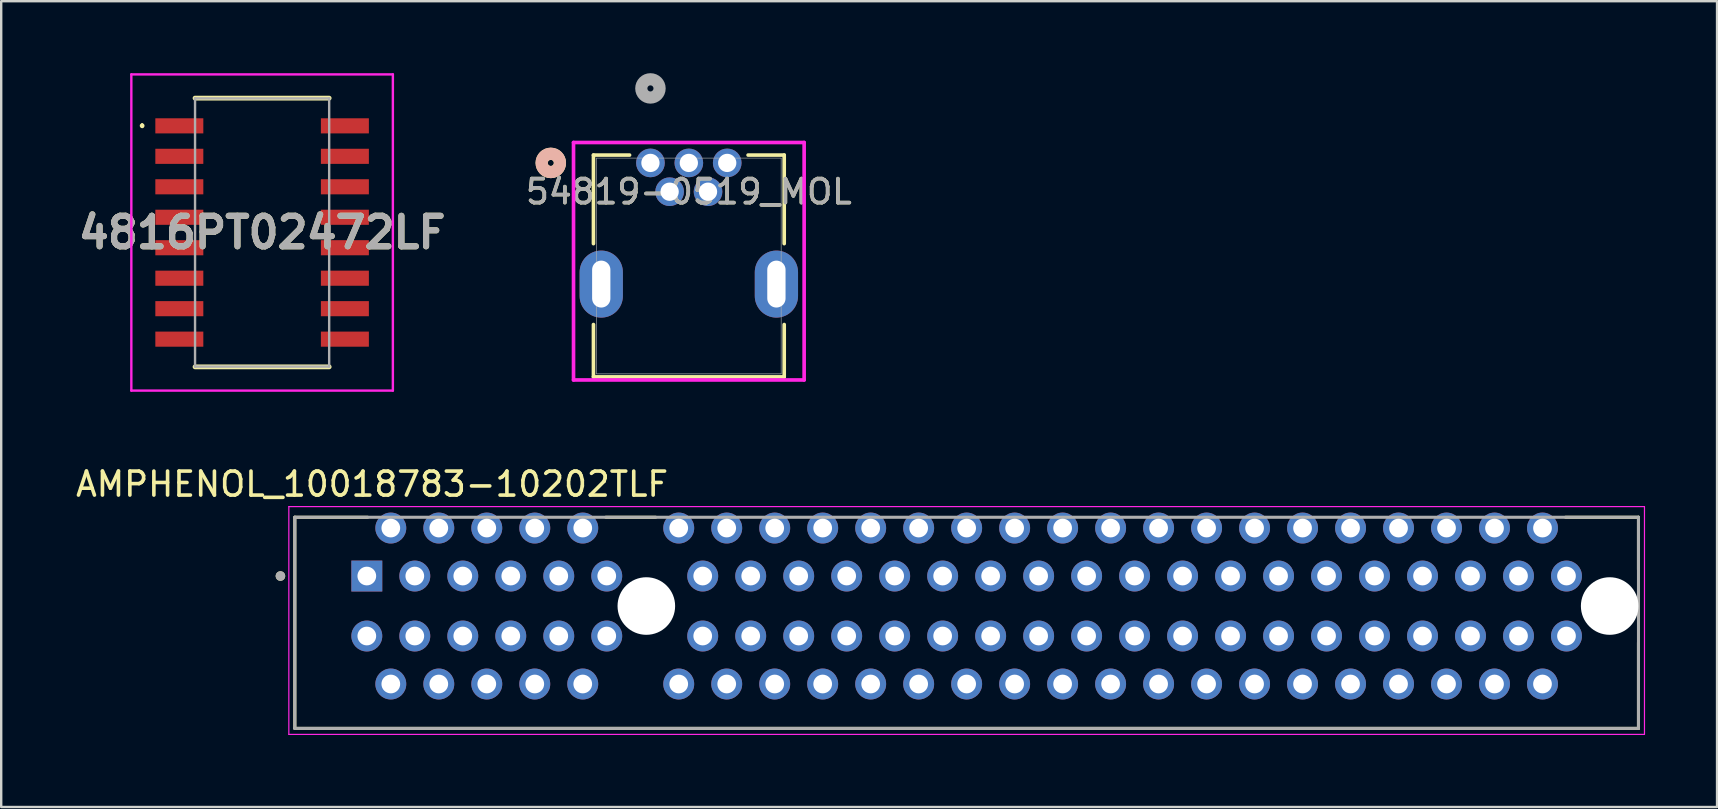
<source format=kicad_pcb>
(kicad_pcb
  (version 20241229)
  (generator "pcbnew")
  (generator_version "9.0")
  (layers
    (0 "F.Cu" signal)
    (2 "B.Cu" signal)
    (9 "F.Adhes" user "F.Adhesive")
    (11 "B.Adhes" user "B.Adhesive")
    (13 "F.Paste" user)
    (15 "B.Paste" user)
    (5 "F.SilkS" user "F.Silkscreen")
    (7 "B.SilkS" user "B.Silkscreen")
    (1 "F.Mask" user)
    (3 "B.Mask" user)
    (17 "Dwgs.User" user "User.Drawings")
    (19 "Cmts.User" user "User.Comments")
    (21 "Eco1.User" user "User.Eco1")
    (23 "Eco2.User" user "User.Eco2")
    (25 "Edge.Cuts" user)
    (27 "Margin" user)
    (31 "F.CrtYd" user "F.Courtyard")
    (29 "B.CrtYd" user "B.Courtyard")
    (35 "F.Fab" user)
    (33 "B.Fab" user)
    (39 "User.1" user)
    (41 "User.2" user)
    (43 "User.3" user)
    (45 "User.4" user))
  (footprint "4816PT02472LF"
    (layer "F.Cu")
    (at 7.874 6.64)
    (property "Reference" "4816PT02472LF" (at 0 0 0) (layer "F.SilkS") (effects (font (size 1.27 1.27) (thickness 0.254))))
    (attr smd)
    (fp_line (start -5 -4.5) (end -5 -4.5) (stroke (width 0.1) (type solid)) (layer "F.SilkS"))
    (fp_line (start -5 -4.4) (end -5 -4.4) (stroke (width 0.1) (type solid)) (layer "F.SilkS"))
    (fp_line (start -2.795 -5.6) (end 2.795 -5.6) (stroke (width 0.2) (type solid)) (layer "F.SilkS"))
    (fp_line (start -2.795 5.6) (end 2.795 5.6) (stroke (width 0.2) (type solid)) (layer "F.SilkS"))
    (fp_arc (start -5 -4.5) (mid -4.95 -4.45) (end -5 -4.4) (stroke (width 0.1) (type solid)) (layer "F.SilkS"))
    (fp_arc (start -5 -4.4) (mid -5.05 -4.45) (end -5 -4.5) (stroke (width 0.1) (type solid)) (layer "F.SilkS"))
    (fp_line (start -5.45 -6.59) (end 5.45 -6.59) (stroke (width 0.1) (type solid)) (layer "F.CrtYd"))
    (fp_line (start -5.45 6.59) (end -5.45 -6.59) (stroke (width 0.1) (type solid)) (layer "F.CrtYd"))
    (fp_line (start 5.45 -6.59) (end 5.45 6.59) (stroke (width 0.1) (type solid)) (layer "F.CrtYd"))
    (fp_line (start 5.45 6.59) (end -5.45 6.59) (stroke (width 0.1) (type solid)) (layer "F.CrtYd"))
    (fp_line (start -2.795 -5.59) (end 2.795 -5.59) (stroke (width 0.1) (type solid)) (layer "F.Fab"))
    (fp_line (start -2.795 5.59) (end -2.795 -5.59) (stroke (width 0.1) (type solid)) (layer "F.Fab"))
    (fp_line (start 2.795 -5.59) (end 2.795 5.59) (stroke (width 0.1) (type solid)) (layer "F.Fab"))
    (fp_line (start 2.795 5.59) (end -2.795 5.59) (stroke (width 0.1) (type solid)) (layer "F.Fab"))
    (fp_text user "${REFERENCE}" (at 0 0 0) (layer "F.Fab") (effects (font (size 1.27 1.27) (thickness 0.254))))
    (pad "1" smd rect (at -3.45 -4.445 90) (size 0.63 2) (layers "F.Cu" "F.Mask" "F.Paste"))
    (pad "2" smd rect (at -3.45 -3.175 90) (size 0.63 2) (layers "F.Cu" "F.Mask" "F.Paste"))
    (pad "3" smd rect (at -3.45 -1.905 90) (size 0.63 2) (layers "F.Cu" "F.Mask" "F.Paste"))
    (pad "4" smd rect (at -3.45 -0.635 90) (size 0.63 2) (layers "F.Cu" "F.Mask" "F.Paste"))
    (pad "5" smd rect (at -3.45 0.635 90) (size 0.63 2) (layers "F.Cu" "F.Mask" "F.Paste"))
    (pad "6" smd rect (at -3.45 1.905 90) (size 0.63 2) (layers "F.Cu" "F.Mask" "F.Paste"))
    (pad "7" smd rect (at -3.45 3.175 90) (size 0.63 2) (layers "F.Cu" "F.Mask" "F.Paste"))
    (pad "8" smd rect (at -3.45 4.445 90) (size 0.63 2) (layers "F.Cu" "F.Mask" "F.Paste"))
    (pad "9" smd rect (at 3.45 4.445 90) (size 0.63 2) (layers "F.Cu" "F.Mask" "F.Paste"))
    (pad "10" smd rect (at 3.45 3.175 90) (size 0.63 2) (layers "F.Cu" "F.Mask" "F.Paste"))
    (pad "11" smd rect (at 3.45 1.905 90) (size 0.63 2) (layers "F.Cu" "F.Mask" "F.Paste"))
    (pad "12" smd rect (at 3.45 0.635 90) (size 0.63 2) (layers "F.Cu" "F.Mask" "F.Paste"))
    (pad "13" smd rect (at 3.45 -0.635 90) (size 0.63 2) (layers "F.Cu" "F.Mask" "F.Paste"))
    (pad "14" smd rect (at 3.45 -1.905 90) (size 0.63 2) (layers "F.Cu" "F.Mask" "F.Paste"))
    (pad "15" smd rect (at 3.45 -3.175 90) (size 0.63 2) (layers "F.Cu" "F.Mask" "F.Paste"))
    (pad "16" smd rect (at 3.45 -4.445 90) (size 0.63 2) (layers "F.Cu" "F.Mask" "F.Paste")))
  (footprint "AMPHENOL_10018783-10202TLF"
    (layer "F.Cu")
    (at 23.888 22.208)
    (property "Reference" "AMPHENOL_10018783-10202TLF" (at -11.43 -5.08 0) (layer "F.SilkS") (effects (font (size 1 1) (thickness 0.15))))
    (attr through_hole)
    (fp_line (start -14.65 -3.7) (end -11.614 -3.7) (stroke (width 0.127) (type solid)) (layer "F.SilkS"))
    (fp_line (start -14.65 5.1) (end -14.65 -3.7) (stroke (width 0.127) (type solid)) (layer "F.SilkS"))
    (fp_line (start -1.69 -3.7) (end 0.39 -3.7) (stroke (width 0.127) (type solid)) (layer "F.SilkS"))
    (fp_line (start 38.31 -3.7) (end 41.35 -3.7) (stroke (width 0.127) (type solid)) (layer "F.SilkS"))
    (fp_line (start 41.35 -3.7) (end 41.35 -1.52) (stroke (width 0.127) (type solid)) (layer "F.SilkS"))
    (fp_line (start 41.35 5.1) (end -14.65 5.1) (stroke (width 0.127) (type solid)) (layer "F.SilkS"))
    (fp_line (start 41.35 5.1) (end 41.35 1.52) (stroke (width 0.127) (type solid)) (layer "F.SilkS"))
    (fp_circle (center -15.25 -1.25) (end -15.15 -1.25) (stroke (width 0.2) (type solid)) (fill no) (layer "F.SilkS"))
    (fp_line (start -14.9 -4.144) (end -14.9 5.35) (stroke (width 0.05) (type solid)) (layer "F.CrtYd"))
    (fp_line (start -14.9 5.35) (end 41.6 5.35) (stroke (width 0.05) (type solid)) (layer "F.CrtYd"))
    (fp_line (start 41.6 -4.144) (end -14.9 -4.144) (stroke (width 0.05) (type solid)) (layer "F.CrtYd"))
    (fp_line (start 41.6 5.35) (end 41.6 -4.144) (stroke (width 0.05) (type solid)) (layer "F.CrtYd"))
    (fp_line (start -14.65 -3.7) (end 41.35 -3.7) (stroke (width 0.127) (type solid)) (layer "F.Fab"))
    (fp_line (start -14.65 5.1) (end -14.65 -3.7) (stroke (width 0.127) (type solid)) (layer "F.Fab"))
    (fp_line (start 41.35 -3.7) (end 41.35 5.1) (stroke (width 0.127) (type solid)) (layer "F.Fab"))
    (fp_line (start 41.35 5.1) (end -14.65 5.1) (stroke (width 0.127) (type solid)) (layer "F.Fab"))
    (fp_circle (center -15.25 -1.25) (end -15.15 -1.25) (stroke (width 0.2) (type solid)) (fill no) (layer "F.Fab"))
    (pad "" np_thru_hole circle (at 0 0) (size 2.4 2.4) (drill 2.4) (layers "*.Cu" "*.Mask"))
    (pad "" np_thru_hole circle (at 40.15 0) (size 2.4 2.4) (drill 2.4) (layers "*.Cu" "*.Mask"))
    (pad "A1" thru_hole rect (at -11.65 -1.25) (size 1.288 1.288) (drill 0.78) (layers "*.Cu" "*.Mask"))
    (pad "A2" thru_hole circle (at -10.65 -3.25) (size 1.288 1.288) (drill 0.78) (layers "*.Cu" "*.Mask"))
    (pad "A3" thru_hole circle (at -9.65 -1.25) (size 1.288 1.288) (drill 0.78) (layers "*.Cu" "*.Mask"))
    (pad "A4" thru_hole circle (at -8.65 -3.25) (size 1.288 1.288) (drill 0.78) (layers "*.Cu" "*.Mask"))
    (pad "A5" thru_hole circle (at -7.65 -1.25) (size 1.288 1.288) (drill 0.78) (layers "*.Cu" "*.Mask"))
    (pad "A6" thru_hole circle (at -6.65 -3.25) (size 1.288 1.288) (drill 0.78) (layers "*.Cu" "*.Mask"))
    (pad "A7" thru_hole circle (at -5.65 -1.25) (size 1.288 1.288) (drill 0.78) (layers "*.Cu" "*.Mask"))
    (pad "A8" thru_hole circle (at -4.65 -3.25) (size 1.288 1.288) (drill 0.78) (layers "*.Cu" "*.Mask"))
    (pad "A9" thru_hole circle (at -3.65 -1.25) (size 1.288 1.288) (drill 0.78) (layers "*.Cu" "*.Mask"))
    (pad "A10" thru_hole circle (at -2.65 -3.25) (size 1.288 1.288) (drill 0.78) (layers "*.Cu" "*.Mask"))
    (pad "A11" thru_hole circle (at -1.65 -1.25) (size 1.288 1.288) (drill 0.78) (layers "*.Cu" "*.Mask"))
    (pad "A12" thru_hole circle (at 1.35 -3.25) (size 1.288 1.288) (drill 0.78) (layers "*.Cu" "*.Mask"))
    (pad "A13" thru_hole circle (at 2.35 -1.25) (size 1.288 1.288) (drill 0.78) (layers "*.Cu" "*.Mask"))
    (pad "A14" thru_hole circle (at 3.35 -3.25) (size 1.288 1.288) (drill 0.78) (layers "*.Cu" "*.Mask"))
    (pad "A15" thru_hole circle (at 4.35 -1.25) (size 1.288 1.288) (drill 0.78) (layers "*.Cu" "*.Mask"))
    (pad "A16" thru_hole circle (at 5.35 -3.25) (size 1.288 1.288) (drill 0.78) (layers "*.Cu" "*.Mask"))
    (pad "A17" thru_hole circle (at 6.35 -1.25) (size 1.288 1.288) (drill 0.78) (layers "*.Cu" "*.Mask"))
    (pad "A18" thru_hole circle (at 7.35 -3.25) (size 1.288 1.288) (drill 0.78) (layers "*.Cu" "*.Mask"))
    (pad "A19" thru_hole circle (at 8.35 -1.25) (size 1.288 1.288) (drill 0.78) (layers "*.Cu" "*.Mask"))
    (pad "A20" thru_hole circle (at 9.35 -3.25) (size 1.288 1.288) (drill 0.78) (layers "*.Cu" "*.Mask"))
    (pad "A21" thru_hole circle (at 10.35 -1.25) (size 1.288 1.288) (drill 0.78) (layers "*.Cu" "*.Mask"))
    (pad "A22" thru_hole circle (at 11.35 -3.25) (size 1.288 1.288) (drill 0.78) (layers "*.Cu" "*.Mask"))
    (pad "A23" thru_hole circle (at 12.35 -1.25) (size 1.288 1.288) (drill 0.78) (layers "*.Cu" "*.Mask"))
    (pad "A24" thru_hole circle (at 13.35 -3.25) (size 1.288 1.288) (drill 0.78) (layers "*.Cu" "*.Mask"))
    (pad "A25" thru_hole circle (at 14.35 -1.25) (size 1.288 1.288) (drill 0.78) (layers "*.Cu" "*.Mask"))
    (pad "A26" thru_hole circle (at 15.35 -3.25) (size 1.288 1.288) (drill 0.78) (layers "*.Cu" "*.Mask"))
    (pad "A27" thru_hole circle (at 16.35 -1.25) (size 1.288 1.288) (drill 0.78) (layers "*.Cu" "*.Mask"))
    (pad "A28" thru_hole circle (at 17.35 -3.25) (size 1.288 1.288) (drill 0.78) (layers "*.Cu" "*.Mask"))
    (pad "A29" thru_hole circle (at 18.35 -1.25) (size 1.288 1.288) (drill 0.78) (layers "*.Cu" "*.Mask"))
    (pad "A30" thru_hole circle (at 19.35 -3.25) (size 1.288 1.288) (drill 0.78) (layers "*.Cu" "*.Mask"))
    (pad "A31" thru_hole circle (at 20.35 -1.25) (size 1.288 1.288) (drill 0.78) (layers "*.Cu" "*.Mask"))
    (pad "A32" thru_hole circle (at 21.35 -3.25) (size 1.288 1.288) (drill 0.78) (layers "*.Cu" "*.Mask"))
    (pad "A33" thru_hole circle (at 22.35 -1.25) (size 1.288 1.288) (drill 0.78) (layers "*.Cu" "*.Mask"))
    (pad "A34" thru_hole circle (at 23.35 -3.25) (size 1.288 1.288) (drill 0.78) (layers "*.Cu" "*.Mask"))
    (pad "A35" thru_hole circle (at 24.35 -1.25) (size 1.288 1.288) (drill 0.78) (layers "*.Cu" "*.Mask"))
    (pad "A36" thru_hole circle (at 25.35 -3.25) (size 1.288 1.288) (drill 0.78) (layers "*.Cu" "*.Mask"))
    (pad "A37" thru_hole circle (at 26.35 -1.25) (size 1.288 1.288) (drill 0.78) (layers "*.Cu" "*.Mask"))
    (pad "A38" thru_hole circle (at 27.35 -3.25) (size 1.288 1.288) (drill 0.78) (layers "*.Cu" "*.Mask"))
    (pad "A39" thru_hole circle (at 28.35 -1.25) (size 1.288 1.288) (drill 0.78) (layers "*.Cu" "*.Mask"))
    (pad "A40" thru_hole circle (at 29.35 -3.25) (size 1.288 1.288) (drill 0.78) (layers "*.Cu" "*.Mask"))
    (pad "A41" thru_hole circle (at 30.35 -1.25) (size 1.288 1.288) (drill 0.78) (layers "*.Cu" "*.Mask"))
    (pad "A42" thru_hole circle (at 31.35 -3.25) (size 1.288 1.288) (drill 0.78) (layers "*.Cu" "*.Mask"))
    (pad "A43" thru_hole circle (at 32.35 -1.25) (size 1.288 1.288) (drill 0.78) (layers "*.Cu" "*.Mask"))
    (pad "A44" thru_hole circle (at 33.35 -3.25) (size 1.288 1.288) (drill 0.78) (layers "*.Cu" "*.Mask"))
    (pad "A45" thru_hole circle (at 34.35 -1.25) (size 1.288 1.288) (drill 0.78) (layers "*.Cu" "*.Mask"))
    (pad "A46" thru_hole circle (at 35.35 -3.25) (size 1.288 1.288) (drill 0.78) (layers "*.Cu" "*.Mask"))
    (pad "A47" thru_hole circle (at 36.35 -1.25) (size 1.288 1.288) (drill 0.78) (layers "*.Cu" "*.Mask"))
    (pad "A48" thru_hole circle (at 37.35 -3.25) (size 1.288 1.288) (drill 0.78) (layers "*.Cu" "*.Mask"))
    (pad "A49" thru_hole circle (at 38.35 -1.25) (size 1.288 1.288) (drill 0.78) (layers "*.Cu" "*.Mask"))
    (pad "B1" thru_hole circle (at -11.65 1.25) (size 1.288 1.288) (drill 0.78) (layers "*.Cu" "*.Mask"))
    (pad "B2" thru_hole circle (at -10.65 3.25) (size 1.288 1.288) (drill 0.78) (layers "*.Cu" "*.Mask"))
    (pad "B3" thru_hole circle (at -9.65 1.25) (size 1.288 1.288) (drill 0.78) (layers "*.Cu" "*.Mask"))
    (pad "B4" thru_hole circle (at -8.65 3.25) (size 1.288 1.288) (drill 0.78) (layers "*.Cu" "*.Mask"))
    (pad "B5" thru_hole circle (at -7.65 1.25) (size 1.288 1.288) (drill 0.78) (layers "*.Cu" "*.Mask"))
    (pad "B6" thru_hole circle (at -6.65 3.25) (size 1.288 1.288) (drill 0.78) (layers "*.Cu" "*.Mask"))
    (pad "B7" thru_hole circle (at -5.65 1.25) (size 1.288 1.288) (drill 0.78) (layers "*.Cu" "*.Mask"))
    (pad "B8" thru_hole circle (at -4.65 3.25) (size 1.288 1.288) (drill 0.78) (layers "*.Cu" "*.Mask"))
    (pad "B9" thru_hole circle (at -3.65 1.25) (size 1.288 1.288) (drill 0.78) (layers "*.Cu" "*.Mask"))
    (pad "B10" thru_hole circle (at -2.65 3.25) (size 1.288 1.288) (drill 0.78) (layers "*.Cu" "*.Mask"))
    (pad "B11" thru_hole circle (at -1.65 1.25) (size 1.288 1.288) (drill 0.78) (layers "*.Cu" "*.Mask"))
    (pad "B12" thru_hole circle (at 1.35 3.25) (size 1.288 1.288) (drill 0.78) (layers "*.Cu" "*.Mask"))
    (pad "B13" thru_hole circle (at 2.35 1.25) (size 1.288 1.288) (drill 0.78) (layers "*.Cu" "*.Mask"))
    (pad "B14" thru_hole circle (at 3.35 3.25) (size 1.288 1.288) (drill 0.78) (layers "*.Cu" "*.Mask"))
    (pad "B15" thru_hole circle (at 4.35 1.25) (size 1.288 1.288) (drill 0.78) (layers "*.Cu" "*.Mask"))
    (pad "B16" thru_hole circle (at 5.35 3.25) (size 1.288 1.288) (drill 0.78) (layers "*.Cu" "*.Mask"))
    (pad "B17" thru_hole circle (at 6.35 1.25) (size 1.288 1.288) (drill 0.78) (layers "*.Cu" "*.Mask"))
    (pad "B18" thru_hole circle (at 7.35 3.25) (size 1.288 1.288) (drill 0.78) (layers "*.Cu" "*.Mask"))
    (pad "B19" thru_hole circle (at 8.35 1.25) (size 1.288 1.288) (drill 0.78) (layers "*.Cu" "*.Mask"))
    (pad "B20" thru_hole circle (at 9.35 3.25) (size 1.288 1.288) (drill 0.78) (layers "*.Cu" "*.Mask"))
    (pad "B21" thru_hole circle (at 10.35 1.25) (size 1.288 1.288) (drill 0.78) (layers "*.Cu" "*.Mask"))
    (pad "B22" thru_hole circle (at 11.35 3.25) (size 1.288 1.288) (drill 0.78) (layers "*.Cu" "*.Mask"))
    (pad "B23" thru_hole circle (at 12.35 1.25) (size 1.288 1.288) (drill 0.78) (layers "*.Cu" "*.Mask"))
    (pad "B24" thru_hole circle (at 13.35 3.25) (size 1.288 1.288) (drill 0.78) (layers "*.Cu" "*.Mask"))
    (pad "B25" thru_hole circle (at 14.35 1.25) (size 1.288 1.288) (drill 0.78) (layers "*.Cu" "*.Mask"))
    (pad "B26" thru_hole circle (at 15.35 3.25) (size 1.288 1.288) (drill 0.78) (layers "*.Cu" "*.Mask"))
    (pad "B27" thru_hole circle (at 16.35 1.25) (size 1.288 1.288) (drill 0.78) (layers "*.Cu" "*.Mask"))
    (pad "B28" thru_hole circle (at 17.35 3.25) (size 1.288 1.288) (drill 0.78) (layers "*.Cu" "*.Mask"))
    (pad "B29" thru_hole circle (at 18.35 1.25) (size 1.288 1.288) (drill 0.78) (layers "*.Cu" "*.Mask"))
    (pad "B30" thru_hole circle (at 19.35 3.25) (size 1.288 1.288) (drill 0.78) (layers "*.Cu" "*.Mask"))
    (pad "B31" thru_hole circle (at 20.35 1.25) (size 1.288 1.288) (drill 0.78) (layers "*.Cu" "*.Mask"))
    (pad "B32" thru_hole circle (at 21.35 3.25) (size 1.288 1.288) (drill 0.78) (layers "*.Cu" "*.Mask"))
    (pad "B33" thru_hole circle (at 22.35 1.25) (size 1.288 1.288) (drill 0.78) (layers "*.Cu" "*.Mask"))
    (pad "B34" thru_hole circle (at 23.35 3.25) (size 1.288 1.288) (drill 0.78) (layers "*.Cu" "*.Mask"))
    (pad "B35" thru_hole circle (at 24.35 1.25) (size 1.288 1.288) (drill 0.78) (layers "*.Cu" "*.Mask"))
    (pad "B36" thru_hole circle (at 25.35 3.25) (size 1.288 1.288) (drill 0.78) (layers "*.Cu" "*.Mask"))
    (pad "B37" thru_hole circle (at 26.35 1.25) (size 1.288 1.288) (drill 0.78) (layers "*.Cu" "*.Mask"))
    (pad "B38" thru_hole circle (at 27.35 3.25) (size 1.288 1.288) (drill 0.78) (layers "*.Cu" "*.Mask"))
    (pad "B39" thru_hole circle (at 28.35 1.25) (size 1.288 1.288) (drill 0.78) (layers "*.Cu" "*.Mask"))
    (pad "B40" thru_hole circle (at 29.35 3.25) (size 1.288 1.288) (drill 0.78) (layers "*.Cu" "*.Mask"))
    (pad "B41" thru_hole circle (at 30.35 1.25) (size 1.288 1.288) (drill 0.78) (layers "*.Cu" "*.Mask"))
    (pad "B42" thru_hole circle (at 31.35 3.25) (size 1.288 1.288) (drill 0.78) (layers "*.Cu" "*.Mask"))
    (pad "B43" thru_hole circle (at 32.35 1.25) (size 1.288 1.288) (drill 0.78) (layers "*.Cu" "*.Mask"))
    (pad "B44" thru_hole circle (at 33.35 3.25) (size 1.288 1.288) (drill 0.78) (layers "*.Cu" "*.Mask"))
    (pad "B45" thru_hole circle (at 34.35 1.25) (size 1.288 1.288) (drill 0.78) (layers "*.Cu" "*.Mask"))
    (pad "B46" thru_hole circle (at 35.35 3.25) (size 1.288 1.288) (drill 0.78) (layers "*.Cu" "*.Mask"))
    (pad "B47" thru_hole circle (at 36.35 1.25) (size 1.288 1.288) (drill 0.78) (layers "*.Cu" "*.Mask"))
    (pad "B48" thru_hole circle (at 37.35 3.25) (size 1.288 1.288) (drill 0.78) (layers "*.Cu" "*.Mask"))
    (pad "B49" thru_hole circle (at 38.35 1.25) (size 1.288 1.288) (drill 0.78) (layers "*.Cu" "*.Mask")))
  (footprint "54819-0519_MOL"
    (layer "F.Cu")
    (at 24.059 3.74)
    (property "Reference" "54819-0519_MOL" (at 1.6 1.2 0) (unlocked yes) (layer "F.SilkS") (effects (font (size 1 1) (thickness 0.15))))
    (attr through_hole)
    (fp_line (start -2.375 -0.327) (end -2.375 3.364) (stroke (width 0.152) (type solid)) (layer "F.SilkS"))
    (fp_line (start -2.375 6.736) (end -2.375 8.919) (stroke (width 0.152) (type solid)) (layer "F.SilkS"))
    (fp_line (start -2.375 8.919) (end 5.575 8.919) (stroke (width 0.152) (type solid)) (layer "F.SilkS"))
    (fp_line (start -0.87 -0.327) (end -2.375 -0.327) (stroke (width 0.152) (type solid)) (layer "F.SilkS"))
    (fp_line (start 5.575 -0.327) (end 4.07 -0.327) (stroke (width 0.152) (type solid)) (layer "F.SilkS"))
    (fp_line (start 5.575 3.364) (end 5.575 -0.327) (stroke (width 0.152) (type solid)) (layer "F.SilkS"))
    (fp_line (start 5.575 8.919) (end 5.575 6.736) (stroke (width 0.152) (type solid)) (layer "F.SilkS"))
    (fp_circle (center -4.153 0) (end -3.772 0) (stroke (width 0.508) (type solid)) (fill no) (layer "F.SilkS"))
    (fp_circle (center -4.153 0) (end -3.772 0) (stroke (width 0.508) (type solid)) (fill no) (layer "B.SilkS"))
    (fp_line (start -3.206 -0.851) (end -3.206 9.046) (stroke (width 0.152) (type solid)) (layer "F.CrtYd"))
    (fp_line (start -3.206 9.046) (end 6.406 9.046) (stroke (width 0.152) (type solid)) (layer "F.CrtYd"))
    (fp_line (start 6.406 -0.851) (end -3.206 -0.851) (stroke (width 0.152) (type solid)) (layer "F.CrtYd"))
    (fp_line (start 6.406 9.046) (end 6.406 -0.851) (stroke (width 0.152) (type solid)) (layer "F.CrtYd"))
    (fp_line (start -2.248 -0.2) (end -2.248 8.792) (stroke (width 0.025) (type solid)) (layer "F.Fab"))
    (fp_line (start -2.248 8.792) (end 5.448 8.792) (stroke (width 0.025) (type solid)) (layer "F.Fab"))
    (fp_line (start 5.448 -0.2) (end -2.248 -0.2) (stroke (width 0.025) (type solid)) (layer "F.Fab"))
    (fp_line (start 5.448 8.792) (end 5.448 -0.2) (stroke (width 0.025) (type solid)) (layer "F.Fab"))
    (fp_circle (center 0 -3.105) (end 0.381 -3.105) (stroke (width 0.508) (type solid)) (fill no) (layer "F.Fab"))
    (fp_text user "${REFERENCE}" (at 1.6 1.2 0) (unlocked yes) (layer "F.Fab") (effects (font (size 1 1) (thickness 0.15))))
    (pad "" np_thru_hole oval (at -2.05 5.05) (size 1.803 2.794) (drill oval 0.762 1.956) (layers "*.Cu" "*.Mask"))
    (pad "" np_thru_hole oval (at 5.25 5.05) (size 1.803 2.794) (drill oval 0.762 1.956) (layers "*.Cu" "*.Mask"))
    (pad "1" thru_hole circle (at 0 0) (size 1.194 1.194) (drill 0.762) (layers "*.Cu" "*.Mask"))
    (pad "2" thru_hole circle (at 0.8 1.2) (size 1.194 1.194) (drill 0.762) (layers "*.Cu" "*.Mask"))
    (pad "3" thru_hole circle (at 1.6 0) (size 1.194 1.194) (drill 0.762) (layers "*.Cu" "*.Mask"))
    (pad "4" thru_hole circle (at 2.4 1.2) (size 1.194 1.194) (drill 0.762) (layers "*.Cu" "*.Mask"))
    (pad "5" thru_hole circle (at 3.2 0) (size 1.194 1.194) (drill 0.762) (layers "*.Cu" "*.Mask")))
  (gr_rect
    (start -3 -3)
    (end 68.513 30.583)
    (stroke (width 0.1) (type default))
    (fill no)
    (layer "Edge.Cuts")))
</source>
